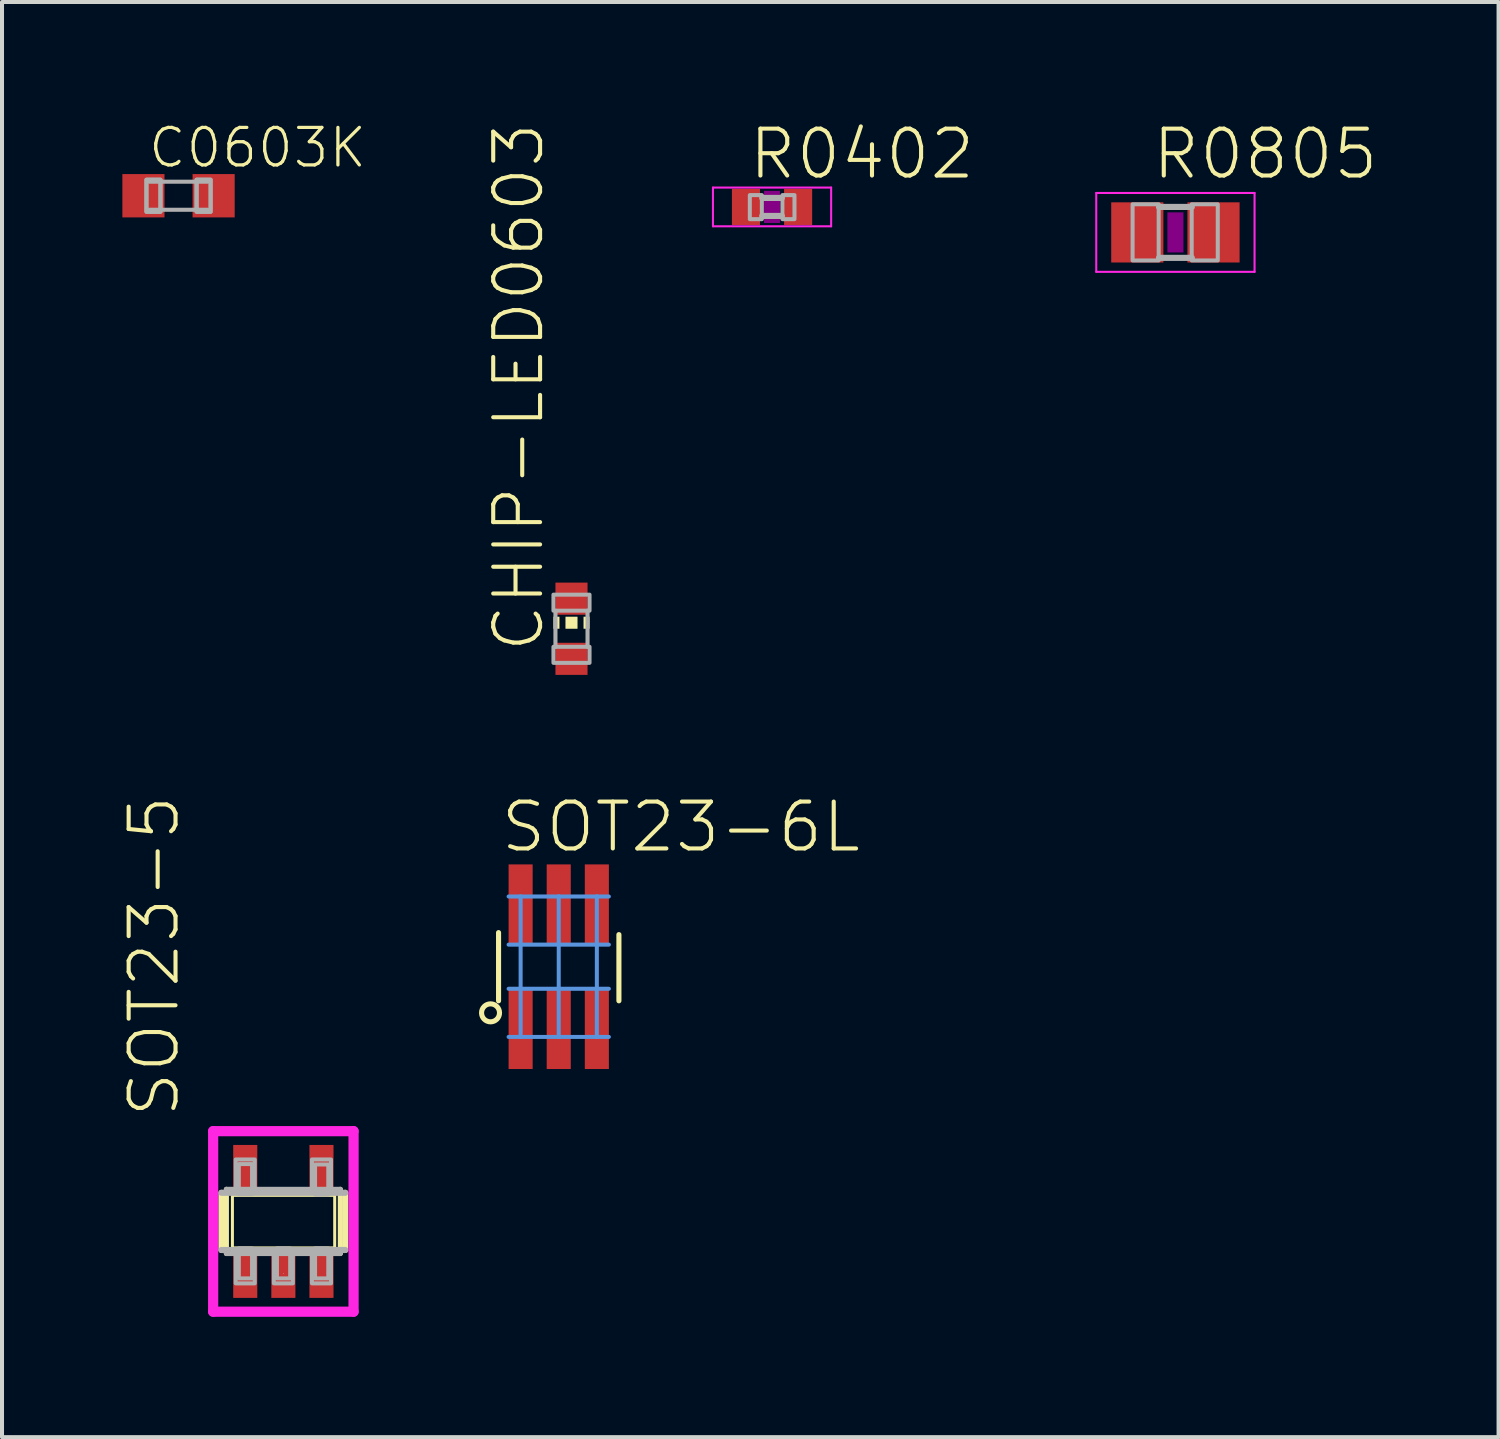
<source format=kicad_pcb>
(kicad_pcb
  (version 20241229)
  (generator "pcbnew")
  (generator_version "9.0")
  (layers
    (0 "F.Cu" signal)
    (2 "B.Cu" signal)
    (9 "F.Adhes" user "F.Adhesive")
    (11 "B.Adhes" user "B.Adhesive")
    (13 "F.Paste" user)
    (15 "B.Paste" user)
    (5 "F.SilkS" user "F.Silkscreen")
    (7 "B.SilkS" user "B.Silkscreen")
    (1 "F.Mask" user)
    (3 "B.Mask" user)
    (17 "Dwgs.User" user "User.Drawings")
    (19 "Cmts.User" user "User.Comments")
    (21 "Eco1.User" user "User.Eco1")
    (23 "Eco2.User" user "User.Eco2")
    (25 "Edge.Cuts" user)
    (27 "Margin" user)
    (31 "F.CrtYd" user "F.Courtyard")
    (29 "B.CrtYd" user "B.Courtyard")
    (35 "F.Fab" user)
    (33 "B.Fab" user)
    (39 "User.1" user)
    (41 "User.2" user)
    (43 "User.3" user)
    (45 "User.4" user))
  (footprint "SOT23-6L"
    (layer "F.Cu")
    (at 10.877 21.046)
    (property "Reference" "SOT23-6L" (at -1.5 -2.8 0) (layer "F.SilkS") (effects (font (size 1.168 1.168) (thickness 0.102)) (justify left bottom)))
    (fp_line (start -1.5 0.85) (end -1.5 -0.85) (stroke (width 0.127) (type solid)) (layer "F.SilkS"))
    (fp_line (start 1.5 0.85) (end 1.5 -0.8) (stroke (width 0.127) (type solid)) (layer "F.SilkS"))
    (fp_circle (center -1.7 1.15) (end -1.476 1.15) (stroke (width 0.127) (type solid)) (fill no) (layer "F.SilkS"))
    (fp_line (start -1.25 -1.75) (end -0.95 -1.75) (stroke (width 0.1) (type solid)) (layer "Cmts.User"))
    (fp_line (start -1.25 -0.55) (end 1.25 -0.55) (stroke (width 0.1) (type solid)) (layer "Cmts.User"))
    (fp_line (start -1.25 1.75) (end -0.95 1.75) (stroke (width 0.1) (type solid)) (layer "Cmts.User"))
    (fp_line (start -0.95 -1.75) (end 0 -1.75) (stroke (width 0.1) (type solid)) (layer "Cmts.User"))
    (fp_line (start -0.95 1.75) (end -0.95 -1.75) (stroke (width 0.1) (type solid)) (layer "Cmts.User"))
    (fp_line (start -0.95 1.75) (end 0 1.75) (stroke (width 0.1) (type solid)) (layer "Cmts.User"))
    (fp_line (start 0 -1.75) (end 0.95 -1.75) (stroke (width 0.1) (type solid)) (layer "Cmts.User"))
    (fp_line (start 0 1.75) (end 0 -1.75) (stroke (width 0.1) (type solid)) (layer "Cmts.User"))
    (fp_line (start 0 1.75) (end 0.95 1.75) (stroke (width 0.1) (type solid)) (layer "Cmts.User"))
    (fp_line (start 0.95 -1.75) (end 0.95 1.75) (stroke (width 0.1) (type solid)) (layer "Cmts.User"))
    (fp_line (start 0.95 -1.75) (end 1.25 -1.75) (stroke (width 0.1) (type solid)) (layer "Cmts.User"))
    (fp_line (start 0.95 1.75) (end 1.25 1.75) (stroke (width 0.1) (type solid)) (layer "Cmts.User"))
    (fp_line (start 1.25 0.55) (end -1.25 0.55) (stroke (width 0.1) (type solid)) (layer "Cmts.User"))
    (pad "P$1" smd rect (at -0.95 1.55 90) (size 2 0.6) (layers "F.Cu" "F.Mask" "F.Paste"))
    (pad "P$2" smd rect (at 0 1.55 90) (size 2 0.6) (layers "F.Cu" "F.Mask" "F.Paste"))
    (pad "P$3" smd rect (at 0.95 1.55 90) (size 2 0.6) (layers "F.Cu" "F.Mask" "F.Paste"))
    (pad "P$4" smd rect (at 0.95 -1.55 90) (size 2 0.6) (layers "F.Cu" "F.Mask" "F.Paste"))
    (pad "P$5" smd rect (at 0 -1.55 90) (size 2 0.6) (layers "F.Cu" "F.Mask" "F.Paste"))
    (pad "P$6" smd rect (at -0.95 -1.55 90) (size 2 0.6) (layers "F.Cu" "F.Mask" "F.Paste")))
  (footprint "CHIP-LED0603"
    (layer "F.Cu")
    (at 11.195 12.622)
    (property "Reference" "CHIP-LED0603" (at -0.635 0.635 90) (layer "F.SilkS") (effects (font (size 1.168 1.168) (thickness 0.102)) (justify left bottom)))
    (fp_poly (pts (xy -0.45 0) (xy -0.3 0) (xy -0.3 -0.3) (xy -0.45 -0.3)) (stroke (width 0) (type solid)) (fill yes) (layer "F.SilkS"))
    (fp_poly (pts (xy -0.15 0) (xy 0.15 0) (xy 0.15 -0.3) (xy -0.15 -0.3)) (stroke (width 0) (type solid)) (fill yes) (layer "F.SilkS"))
    (fp_poly (pts (xy 0.3 0) (xy 0.45 0) (xy 0.45 -0.3) (xy 0.3 -0.3)) (stroke (width 0) (type solid)) (fill yes) (layer "F.SilkS"))
    (fp_line (start -0.4 -0.45) (end -0.4 0.45) (stroke (width 0.102) (type solid)) (layer "F.Fab"))
    (fp_line (start 0.4 -0.45) (end 0.4 0.45) (stroke (width 0.102) (type solid)) (layer "F.Fab"))
    (fp_poly (pts (xy -0.45 -0.45) (xy 0.45 -0.45) (xy 0.45 -0.85) (xy -0.45 -0.85)) (stroke (width 0.1) (type solid)) (fill no) (layer "F.Fab"))
    (fp_poly (pts (xy -0.45 0.85) (xy 0.45 0.85) (xy 0.45 0.45) (xy -0.45 0.45)) (stroke (width 0.1) (type solid)) (fill no) (layer "F.Fab"))
    (pad "A" smd rect (at 0 0.75) (size 0.8 0.8) (layers "F.Cu" "F.Mask" "F.Paste"))
    (pad "C" smd rect (at 0 -0.75) (size 0.8 0.8) (layers "F.Cu" "F.Mask" "F.Paste")))
  (footprint "R0805"
    (layer "F.Cu")
    (at 26.248 2.743)
    (property "Reference" "R0805" (at -0.635 -1.27 0) (layer "F.SilkS") (effects (font (size 1.168 1.168) (thickness 0.102)) (justify left bottom)))
    (fp_poly (pts (xy -0.2 0.5) (xy 0.2 0.5) (xy 0.2 -0.5) (xy -0.2 -0.5)) (stroke (width 0) (type solid)) (fill yes) (layer "F.Adhes"))
    (fp_line (start -1.973 -0.983) (end 1.973 -0.983) (stroke (width 0.051) (type solid)) (layer "F.CrtYd"))
    (fp_line (start -1.973 0.983) (end -1.973 -0.983) (stroke (width 0.051) (type solid)) (layer "F.CrtYd"))
    (fp_line (start 1.973 -0.983) (end 1.973 0.983) (stroke (width 0.051) (type solid)) (layer "F.CrtYd"))
    (fp_line (start 1.973 0.983) (end -1.973 0.983) (stroke (width 0.051) (type solid)) (layer "F.CrtYd"))
    (fp_line (start -0.41 -0.635) (end 0.41 -0.635) (stroke (width 0.152) (type solid)) (layer "F.Fab"))
    (fp_line (start -0.41 0.635) (end 0.41 0.635) (stroke (width 0.152) (type solid)) (layer "F.Fab"))
    (fp_poly (pts (xy -1.067 0.699) (xy -0.417 0.699) (xy -0.417 -0.702) (xy -1.067 -0.702)) (stroke (width 0.1) (type solid)) (fill no) (layer "F.Fab"))
    (fp_poly (pts (xy 0.406 0.699) (xy 1.056 0.699) (xy 1.056 -0.702) (xy 0.406 -0.702)) (stroke (width 0.1) (type solid)) (fill no) (layer "F.Fab"))
    (pad "1" smd rect (at -0.95 0) (size 1.3 1.5) (layers "F.Cu" "F.Mask" "F.Paste"))
    (pad "2" smd rect (at 0.95 0) (size 1.3 1.5) (layers "F.Cu" "F.Mask" "F.Paste")))
  (footprint "R0402"
    (layer "F.Cu")
    (at 16.194 2.108)
    (property "Reference" "R0402" (at -0.635 -0.635 0) (layer "F.SilkS") (effects (font (size 1.168 1.168) (thickness 0.102)) (justify left bottom)))
    (fp_poly (pts (xy -0.2 0.4) (xy 0.2 0.4) (xy 0.2 -0.4) (xy -0.2 -0.4)) (stroke (width 0) (type solid)) (fill yes) (layer "F.Adhes"))
    (fp_line (start -1.473 -0.483) (end 1.473 -0.483) (stroke (width 0.051) (type solid)) (layer "F.CrtYd"))
    (fp_line (start -1.473 0.483) (end -1.473 -0.483) (stroke (width 0.051) (type solid)) (layer "F.CrtYd"))
    (fp_line (start 1.473 -0.483) (end 1.473 0.483) (stroke (width 0.051) (type solid)) (layer "F.CrtYd"))
    (fp_line (start 1.473 0.483) (end -1.473 0.483) (stroke (width 0.051) (type solid)) (layer "F.CrtYd"))
    (fp_line (start -0.245 -0.224) (end 0.245 -0.224) (stroke (width 0.152) (type solid)) (layer "F.Fab"))
    (fp_line (start 0.245 0.224) (end -0.245 0.224) (stroke (width 0.152) (type solid)) (layer "F.Fab"))
    (fp_poly (pts (xy -0.554 0.305) (xy -0.254 0.305) (xy -0.254 -0.295) (xy -0.554 -0.295)) (stroke (width 0.1) (type solid)) (fill no) (layer "F.Fab"))
    (fp_poly (pts (xy 0.259 0.305) (xy 0.559 0.305) (xy 0.559 -0.295) (xy 0.259 -0.295)) (stroke (width 0.1) (type solid)) (fill no) (layer "F.Fab"))
    (pad "1" smd rect (at -0.65 0) (size 0.7 0.9) (layers "F.Cu" "F.Mask" "F.Paste"))
    (pad "2" smd rect (at 0.65 0) (size 0.7 0.9) (layers "F.Cu" "F.Mask" "F.Paste")))
  (footprint "SOT23-5"
    (layer "F.Cu")
    (at 4.013 27.395)
    (property "Reference" "SOT23-5" (at -2.54 -2.54 90) (layer "F.SilkS") (effects (font (size 1.168 1.168) (thickness 0.102)) (justify left bottom)))
    (fp_line (start -1.544 0.712) (end -1.544 -0.713) (stroke (width 0.152) (type solid)) (layer "F.SilkS"))
    (fp_line (start -1.42 0.8) (end -1.42 -0.8) (stroke (width 0.127) (type solid)) (layer "F.SilkS"))
    (fp_line (start -1.27 -0.65) (end 1.28 -0.65) (stroke (width 0.075) (type solid)) (layer "F.SilkS"))
    (fp_line (start -1.27 0.66) (end -1.27 -0.65) (stroke (width 0.075) (type solid)) (layer "F.SilkS"))
    (fp_line (start 0 1.29) (end 0 1.3) (stroke (width 0.01) (type solid)) (layer "F.SilkS"))
    (fp_line (start 1.28 -0.65) (end 1.28 0.66) (stroke (width 0.075) (type solid)) (layer "F.SilkS"))
    (fp_line (start 1.28 0.66) (end -1.27 0.66) (stroke (width 0.075) (type solid)) (layer "F.SilkS"))
    (fp_line (start 1.42 -0.8) (end 1.42 0.8) (stroke (width 0.127) (type solid)) (layer "F.SilkS"))
    (fp_line (start 1.544 -0.713) (end 1.544 0.712) (stroke (width 0.152) (type solid)) (layer "F.SilkS"))
    (fp_line (start -1.75 -2.25) (end 1.75 -2.25) (stroke (width 0.254) (type solid)) (layer "F.CrtYd"))
    (fp_line (start -1.75 2.25) (end -1.75 -2.25) (stroke (width 0.254) (type solid)) (layer "F.CrtYd"))
    (fp_line (start 1.75 -2.25) (end 1.75 2.25) (stroke (width 0.254) (type solid)) (layer "F.CrtYd"))
    (fp_line (start 1.75 2.25) (end -1.75 2.25) (stroke (width 0.254) (type solid)) (layer "F.CrtYd"))
    (fp_line (start -1.544 -0.713) (end 1.544 -0.713) (stroke (width 0.152) (type solid)) (layer "F.Fab"))
    (fp_line (start -1.42 -0.8) (end 1.42 -0.8) (stroke (width 0.127) (type solid)) (layer "F.Fab"))
    (fp_line (start 1.42 0.8) (end -1.42 0.8) (stroke (width 0.127) (type solid)) (layer "F.Fab"))
    (fp_line (start 1.544 0.712) (end -1.544 0.712) (stroke (width 0.152) (type solid)) (layer "F.Fab"))
    (fp_poly (pts (xy -1.188 -0.713) (xy -0.713 -0.713) (xy -0.713 -1.544) (xy -1.188 -1.544)) (stroke (width 0.1) (type solid)) (fill no) (layer "F.Fab"))
    (fp_poly (pts (xy -1.188 1.544) (xy -0.713 1.544) (xy -0.713 0.712) (xy -1.188 0.712)) (stroke (width 0.1) (type solid)) (fill no) (layer "F.Fab"))
    (fp_poly (pts (xy -1.11 -0.68) (xy -0.78 -0.68) (xy -0.78 -1.43) (xy -1.11 -1.43)) (stroke (width 0.1) (type solid)) (fill no) (layer "F.Fab"))
    (fp_poly (pts (xy -1.11 1.42) (xy -0.78 1.42) (xy -0.78 0.67) (xy -1.11 0.67)) (stroke (width 0.1) (type solid)) (fill no) (layer "F.Fab"))
    (fp_poly (pts (xy -0.237 1.544) (xy 0.237 1.544) (xy 0.237 0.712) (xy -0.237 0.712)) (stroke (width 0.1) (type solid)) (fill no) (layer "F.Fab"))
    (fp_poly (pts (xy -0.16 1.42) (xy 0.17 1.42) (xy 0.17 0.67) (xy -0.16 0.67)) (stroke (width 0.1) (type solid)) (fill no) (layer "F.Fab"))
    (fp_poly (pts (xy 0.713 -0.713) (xy 1.188 -0.713) (xy 1.188 -1.544) (xy 0.713 -1.544)) (stroke (width 0.1) (type solid)) (fill no) (layer "F.Fab"))
    (fp_poly (pts (xy 0.713 1.544) (xy 1.188 1.544) (xy 1.188 0.712) (xy 0.713 0.712)) (stroke (width 0.1) (type solid)) (fill no) (layer "F.Fab"))
    (fp_poly (pts (xy 0.79 -0.67) (xy 1.12 -0.67) (xy 1.12 -1.42) (xy 0.79 -1.42)) (stroke (width 0.1) (type solid)) (fill no) (layer "F.Fab"))
    (fp_poly (pts (xy 0.79 1.42) (xy 1.12 1.42) (xy 1.12 0.67) (xy 0.79 0.67)) (stroke (width 0.1) (type solid)) (fill no) (layer "F.Fab"))
    (pad "1" smd rect (at -0.95 1.306) (size 0.6 1.2) (layers "F.Cu" "F.Mask" "F.Paste"))
    (pad "2" smd rect (at 0 1.306) (size 0.6 1.2) (layers "F.Cu" "F.Mask" "F.Paste"))
    (pad "3" smd rect (at 0.95 1.306) (size 0.6 1.2) (layers "F.Cu" "F.Mask" "F.Paste"))
    (pad "4" smd rect (at 0.95 -1.306) (size 0.6 1.2) (layers "F.Cu" "F.Mask" "F.Paste"))
    (pad "5" smd rect (at -0.95 -1.306) (size 0.6 1.2) (layers "F.Cu" "F.Mask" "F.Paste")))
  (footprint "C0603K"
    (layer "F.Cu")
    (at 1.4 1.829)
    (property "Reference" "C0603K" (at -0.8 -0.65 0) (layer "F.SilkS") (effects (font (size 0.935 0.935) (thickness 0.081)) (justify left bottom)))
    (fp_line (start -0.725 -0.35) (end 0.725 -0.35) (stroke (width 0.102) (type solid)) (layer "F.Fab"))
    (fp_line (start 0.725 0.35) (end -0.725 0.35) (stroke (width 0.102) (type solid)) (layer "F.Fab"))
    (fp_poly (pts (xy -0.8 0.4) (xy -0.45 0.4) (xy -0.45 -0.4) (xy -0.8 -0.4)) (stroke (width 0.1) (type solid)) (fill no) (layer "F.Fab"))
    (fp_poly (pts (xy -0.8 0.4) (xy -0.45 0.4) (xy -0.45 -0.4) (xy -0.8 -0.4)) (stroke (width 0.1) (type solid)) (fill no) (layer "F.Fab"))
    (fp_poly (pts (xy 0.45 0.4) (xy 0.8 0.4) (xy 0.8 -0.4) (xy 0.45 -0.4)) (stroke (width 0.1) (type solid)) (fill no) (layer "F.Fab"))
    (fp_poly (pts (xy 0.45 0.4) (xy 0.8 0.4) (xy 0.8 -0.4) (xy 0.45 -0.4)) (stroke (width 0.1) (type solid)) (fill no) (layer "F.Fab"))
    (pad "1" smd rect (at -0.875 0) (size 1.05 1.08) (layers "F.Cu" "F.Mask" "F.Paste"))
    (pad "2" smd rect (at 0.875 0) (size 1.05 1.08) (layers "F.Cu" "F.Mask" "F.Paste")))
  (gr_rect
    (start -3 -3)
    (end 34.303 32.772)
    (stroke (width 0.1) (type default))
    (fill no)
    (layer "Edge.Cuts")))
</source>
